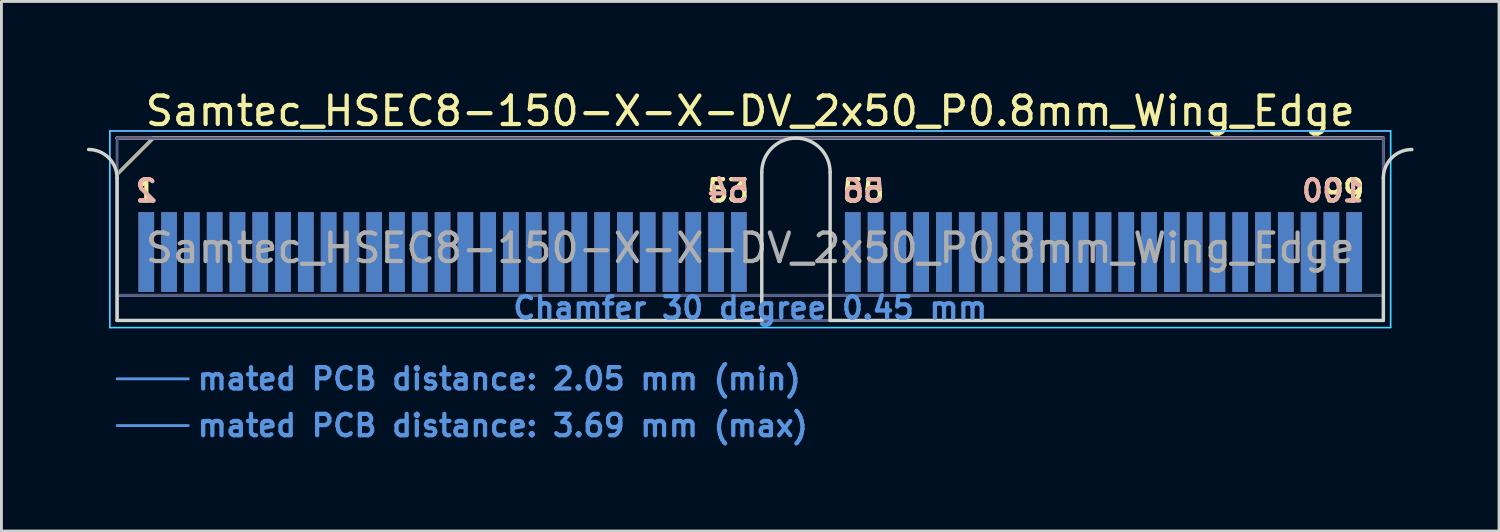
<source format=kicad_pcb>
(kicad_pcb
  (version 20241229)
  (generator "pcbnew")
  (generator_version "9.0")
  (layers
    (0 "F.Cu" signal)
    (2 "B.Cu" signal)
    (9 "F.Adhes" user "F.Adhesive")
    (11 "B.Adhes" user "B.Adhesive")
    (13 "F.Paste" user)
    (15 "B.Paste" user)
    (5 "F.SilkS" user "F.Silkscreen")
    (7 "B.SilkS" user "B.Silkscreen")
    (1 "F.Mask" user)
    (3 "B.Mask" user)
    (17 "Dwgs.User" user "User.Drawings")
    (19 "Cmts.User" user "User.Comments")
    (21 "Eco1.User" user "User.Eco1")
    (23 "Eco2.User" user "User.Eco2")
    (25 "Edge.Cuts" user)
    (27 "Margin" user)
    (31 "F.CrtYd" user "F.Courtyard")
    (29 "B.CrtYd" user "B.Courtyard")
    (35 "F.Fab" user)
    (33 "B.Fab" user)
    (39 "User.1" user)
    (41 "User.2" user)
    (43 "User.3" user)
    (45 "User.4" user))
  (footprint "Samtec_HSEC8-150-X-X-DV_2x50_P0.8mm_Wing_Edge"
    (layer "F.Cu")
    (at 23.285 8.198)
    (property "Reference" "Samtec_HSEC8-150-X-X-DV_2x50_P0.8mm_Wing_Edge" (at 0 -7.35 0) (layer "F.SilkS") (effects (font (size 1 1) (thickness 0.15))))
    (attr exclude_from_pos_files exclude_from_bom)
    (fp_line (start -22.225 -5.13) (end -20.955 -6.4) (stroke (width 0.12) (type solid)) (layer "F.SilkS"))
    (fp_line (start -20.955 -6.4) (end 22.225 -6.4) (stroke (width 0.12) (type solid)) (layer "F.SilkS"))
    (fp_line (start -22.225 -6.4) (end -22.225 -6.4) (stroke (width 0.12) (type solid)) (layer "B.SilkS"))
    (fp_line (start -22.225 -6.4) (end 22.225 -6.4) (stroke (width 0.12) (type solid)) (layer "B.SilkS"))
    (fp_line (start -22.225 2.05) (end -19.725 2.05) (stroke (width 0.1) (type solid)) (layer "Cmts.User"))
    (fp_line (start -22.225 3.69) (end -19.725 3.69) (stroke (width 0.1) (type solid)) (layer "Cmts.User"))
    (fp_line (start -22.225 -5) (end -22.225 0) (stroke (width 0.12) (type solid)) (layer "Edge.Cuts"))
    (fp_line (start -22.225 0) (end 0.405 0) (stroke (width 0.12) (type solid)) (layer "Edge.Cuts"))
    (fp_line (start 0.405 0) (end 0.405 -5.2) (stroke (width 0.12) (type solid)) (layer "Edge.Cuts"))
    (fp_line (start 2.805 -5.2) (end 2.805 0) (stroke (width 0.12) (type solid)) (layer "Edge.Cuts"))
    (fp_line (start 2.805 0) (end 22.225 0) (stroke (width 0.12) (type solid)) (layer "Edge.Cuts"))
    (fp_line (start 22.225 0) (end 22.225 -5) (stroke (width 0.12) (type solid)) (layer "Edge.Cuts"))
    (fp_arc (start -23.225 -6) (mid -22.517893 -5.707107) (end -22.225 -5) (stroke (width 0.12) (type solid)) (layer "Edge.Cuts"))
    (fp_arc (start 0.405 -5.2) (mid 1.605 -6.4) (end 2.805 -5.2) (stroke (width 0.12) (type solid)) (layer "Edge.Cuts"))
    (fp_arc (start 22.225 -5) (mid 22.517893 -5.707107) (end 23.225 -6) (stroke (width 0.12) (type solid)) (layer "Edge.Cuts"))
    (fp_line (start -22.48 -6.65) (end -22.48 0.25) (stroke (width 0.05) (type solid)) (layer "B.CrtYd"))
    (fp_line (start -22.48 0.25) (end 22.48 0.25) (stroke (width 0.05) (type solid)) (layer "B.CrtYd"))
    (fp_line (start 22.48 -6.65) (end -22.48 -6.65) (stroke (width 0.05) (type solid)) (layer "B.CrtYd"))
    (fp_line (start 22.48 0.25) (end 22.48 -6.65) (stroke (width 0.05) (type solid)) (layer "B.CrtYd"))
    (fp_line (start -22.48 -6.65) (end -22.48 0.25) (stroke (width 0.05) (type solid)) (layer "F.CrtYd"))
    (fp_line (start -22.48 0.25) (end 22.48 0.25) (stroke (width 0.05) (type solid)) (layer "F.CrtYd"))
    (fp_line (start 22.48 -6.65) (end -22.48 -6.65) (stroke (width 0.05) (type solid)) (layer "F.CrtYd"))
    (fp_line (start 22.48 0.25) (end 22.48 -6.65) (stroke (width 0.05) (type solid)) (layer "F.CrtYd"))
    (fp_line (start -22.225 -6.4) (end -22.225 -6.4) (stroke (width 0.1) (type solid)) (layer "B.Fab"))
    (fp_line (start -22.225 -6.4) (end -22.225 0) (stroke (width 0.1) (type solid)) (layer "B.Fab"))
    (fp_line (start -22.225 -6.4) (end 22.225 -6.4) (stroke (width 0.1) (type solid)) (layer "B.Fab"))
    (fp_line (start -22.225 -0.88) (end 22.225 -0.88) (stroke (width 0.1) (type solid)) (layer "B.Fab"))
    (fp_line (start -22.225 0) (end 22.225 0) (stroke (width 0.1) (type solid)) (layer "B.Fab"))
    (fp_line (start 22.225 -6.4) (end 22.225 0) (stroke (width 0.1) (type solid)) (layer "B.Fab"))
    (fp_line (start -22.225 -5.13) (end -22.225 0) (stroke (width 0.1) (type solid)) (layer "F.Fab"))
    (fp_line (start -22.225 -5.13) (end -20.955 -6.4) (stroke (width 0.1) (type solid)) (layer "F.Fab"))
    (fp_line (start -22.225 -0.88) (end 22.225 -0.88) (stroke (width 0.1) (type solid)) (layer "F.Fab"))
    (fp_line (start -22.225 0) (end 22.225 0) (stroke (width 0.1) (type solid)) (layer "F.Fab"))
    (fp_line (start -20.955 -6.4) (end 22.225 -6.4) (stroke (width 0.1) (type solid)) (layer "F.Fab"))
    (fp_line (start 22.225 -6.4) (end 22.225 0) (stroke (width 0.1) (type solid)) (layer "F.Fab"))
    (fp_text user "1" (at -21.2 -4.55 0) (layer "F.SilkS") (effects (font (size 0.75 0.75) (thickness 0.15))))
    (fp_text user "99" (at 20.825 -4.55 0) (layer "F.SilkS") (effects (font (size 0.75 0.75) (thickness 0.15))))
    (fp_text user "53" (at -0.775 -4.55 0) (layer "F.SilkS") (effects (font (size 0.75 0.75) (thickness 0.15))))
    (fp_text user "55" (at 3.975 -4.55 0) (layer "F.SilkS") (effects (font (size 0.75 0.75) (thickness 0.15))))
    (fp_text user "56" (at 3.975 -4.55 0) (layer "B.SilkS") (effects (font (size 0.75 0.75) (thickness 0.15)) (justify mirror)))
    (fp_text user "54" (at -0.775 -4.55 0) (layer "B.SilkS") (effects (font (size 0.75 0.75) (thickness 0.15)) (justify mirror)))
    (fp_text user "100" (at 20.45 -4.55 0) (layer "B.SilkS") (effects (font (size 0.75 0.75) (thickness 0.15)) (justify mirror)))
    (fp_text user "2" (at -21.2 -4.55 0) (layer "B.SilkS") (effects (font (size 0.75 0.75) (thickness 0.15)) (justify mirror)))
    (fp_text user "mated PCB distance: 3.69 mm (max)" (at -19.48 3.69 0) (layer "Cmts.User") (effects (font (size 0.75 0.75) (thickness 0.15)) (justify left)))
    (fp_text user "mated PCB distance: 2.05 mm (min)" (at -19.48 2.05 0) (layer "Cmts.User") (effects (font (size 0.75 0.75) (thickness 0.15)) (justify left)))
    (fp_text user "Chamfer 30 degree 0.45 mm" (at 0 -0.44 0) (layer "Cmts.User") (effects (font (size 0.75 0.75) (thickness 0.15))))
    (fp_text user "${REFERENCE}" (at 0 -2.54 0) (layer "F.Fab") (effects (font (size 1 1) (thickness 0.15))))
    (pad "1" connect rect (at -21.2 -2.4) (size 0.55 2.8) (layers "F.Cu" "F.Mask"))
    (pad "2" connect rect (at -21.2 -2.4) (size 0.55 2.8) (layers "B.Cu" "B.Mask"))
    (pad "3" connect rect (at -20.4 -2.4) (size 0.55 2.8) (layers "F.Cu" "F.Mask"))
    (pad "4" connect rect (at -20.4 -2.4) (size 0.55 2.8) (layers "B.Cu" "B.Mask"))
    (pad "5" connect rect (at -19.6 -2.4) (size 0.55 2.8) (layers "F.Cu" "F.Mask"))
    (pad "6" connect rect (at -19.6 -2.4) (size 0.55 2.8) (layers "B.Cu" "B.Mask"))
    (pad "7" connect rect (at -18.8 -2.4) (size 0.55 2.8) (layers "F.Cu" "F.Mask"))
    (pad "8" connect rect (at -18.8 -2.4) (size 0.55 2.8) (layers "B.Cu" "B.Mask"))
    (pad "9" connect rect (at -18 -2.4) (size 0.55 2.8) (layers "F.Cu" "F.Mask"))
    (pad "10" connect rect (at -18 -2.4) (size 0.55 2.8) (layers "B.Cu" "B.Mask"))
    (pad "11" connect rect (at -17.2 -2.4) (size 0.55 2.8) (layers "F.Cu" "F.Mask"))
    (pad "12" connect rect (at -17.2 -2.4) (size 0.55 2.8) (layers "B.Cu" "B.Mask"))
    (pad "13" connect rect (at -16.4 -2.4) (size 0.55 2.8) (layers "F.Cu" "F.Mask"))
    (pad "14" connect rect (at -16.4 -2.4) (size 0.55 2.8) (layers "B.Cu" "B.Mask"))
    (pad "15" connect rect (at -15.6 -2.4) (size 0.55 2.8) (layers "F.Cu" "F.Mask"))
    (pad "16" connect rect (at -15.6 -2.4) (size 0.55 2.8) (layers "B.Cu" "B.Mask"))
    (pad "17" connect rect (at -14.8 -2.4) (size 0.55 2.8) (layers "F.Cu" "F.Mask"))
    (pad "18" connect rect (at -14.8 -2.4) (size 0.55 2.8) (layers "B.Cu" "B.Mask"))
    (pad "19" connect rect (at -14 -2.4) (size 0.55 2.8) (layers "F.Cu" "F.Mask"))
    (pad "20" connect rect (at -14 -2.4) (size 0.55 2.8) (layers "B.Cu" "B.Mask"))
    (pad "21" connect rect (at -13.2 -2.4) (size 0.55 2.8) (layers "F.Cu" "F.Mask"))
    (pad "22" connect rect (at -13.2 -2.4) (size 0.55 2.8) (layers "B.Cu" "B.Mask"))
    (pad "23" connect rect (at -12.4 -2.4) (size 0.55 2.8) (layers "F.Cu" "F.Mask"))
    (pad "24" connect rect (at -12.4 -2.4) (size 0.55 2.8) (layers "B.Cu" "B.Mask"))
    (pad "25" connect rect (at -11.6 -2.4) (size 0.55 2.8) (layers "F.Cu" "F.Mask"))
    (pad "26" connect rect (at -11.6 -2.4) (size 0.55 2.8) (layers "B.Cu" "B.Mask"))
    (pad "27" connect rect (at -10.8 -2.4) (size 0.55 2.8) (layers "F.Cu" "F.Mask"))
    (pad "28" connect rect (at -10.8 -2.4) (size 0.55 2.8) (layers "B.Cu" "B.Mask"))
    (pad "29" connect rect (at -10 -2.4) (size 0.55 2.8) (layers "F.Cu" "F.Mask"))
    (pad "30" connect rect (at -10 -2.4) (size 0.55 2.8) (layers "B.Cu" "B.Mask"))
    (pad "31" connect rect (at -9.2 -2.4) (size 0.55 2.8) (layers "F.Cu" "F.Mask"))
    (pad "32" connect rect (at -9.2 -2.4) (size 0.55 2.8) (layers "B.Cu" "B.Mask"))
    (pad "33" connect rect (at -8.4 -2.4) (size 0.55 2.8) (layers "F.Cu" "F.Mask"))
    (pad "34" connect rect (at -8.4 -2.4) (size 0.55 2.8) (layers "B.Cu" "B.Mask"))
    (pad "35" connect rect (at -7.6 -2.4) (size 0.55 2.8) (layers "F.Cu" "F.Mask"))
    (pad "36" connect rect (at -7.6 -2.4) (size 0.55 2.8) (layers "B.Cu" "B.Mask"))
    (pad "37" connect rect (at -6.8 -2.4) (size 0.55 2.8) (layers "F.Cu" "F.Mask"))
    (pad "38" connect rect (at -6.8 -2.4) (size 0.55 2.8) (layers "B.Cu" "B.Mask"))
    (pad "39" connect rect (at -6 -2.4) (size 0.55 2.8) (layers "F.Cu" "F.Mask"))
    (pad "40" connect rect (at -6 -2.4) (size 0.55 2.8) (layers "B.Cu" "B.Mask"))
    (pad "41" connect rect (at -5.2 -2.4) (size 0.55 2.8) (layers "F.Cu" "F.Mask"))
    (pad "42" connect rect (at -5.2 -2.4) (size 0.55 2.8) (layers "B.Cu" "B.Mask"))
    (pad "43" connect rect (at -4.4 -2.4) (size 0.55 2.8) (layers "F.Cu" "F.Mask"))
    (pad "44" connect rect (at -4.4 -2.4) (size 0.55 2.8) (layers "B.Cu" "B.Mask"))
    (pad "45" connect rect (at -3.6 -2.4) (size 0.55 2.8) (layers "F.Cu" "F.Mask"))
    (pad "46" connect rect (at -3.6 -2.4) (size 0.55 2.8) (layers "B.Cu" "B.Mask"))
    (pad "47" connect rect (at -2.8 -2.4) (size 0.55 2.8) (layers "F.Cu" "F.Mask"))
    (pad "48" connect rect (at -2.8 -2.4) (size 0.55 2.8) (layers "B.Cu" "B.Mask"))
    (pad "49" connect rect (at -2 -2.4) (size 0.55 2.8) (layers "F.Cu" "F.Mask"))
    (pad "50" connect rect (at -2 -2.4) (size 0.55 2.8) (layers "B.Cu" "B.Mask"))
    (pad "51" connect rect (at -1.2 -2.4) (size 0.55 2.8) (layers "F.Cu" "F.Mask"))
    (pad "52" connect rect (at -1.2 -2.4) (size 0.55 2.8) (layers "B.Cu" "B.Mask"))
    (pad "53" connect rect (at -0.4 -2.4) (size 0.55 2.8) (layers "F.Cu" "F.Mask"))
    (pad "54" connect rect (at -0.4 -2.4) (size 0.55 2.8) (layers "B.Cu" "B.Mask"))
    (pad "55" connect rect (at 3.6 -2.4) (size 0.55 2.8) (layers "F.Cu" "F.Mask"))
    (pad "56" connect rect (at 3.6 -2.4) (size 0.55 2.8) (layers "B.Cu" "B.Mask"))
    (pad "57" connect rect (at 4.4 -2.4) (size 0.55 2.8) (layers "F.Cu" "F.Mask"))
    (pad "58" connect rect (at 4.4 -2.4) (size 0.55 2.8) (layers "B.Cu" "B.Mask"))
    (pad "59" connect rect (at 5.2 -2.4) (size 0.55 2.8) (layers "F.Cu" "F.Mask"))
    (pad "60" connect rect (at 5.2 -2.4) (size 0.55 2.8) (layers "B.Cu" "B.Mask"))
    (pad "61" connect rect (at 6 -2.4) (size 0.55 2.8) (layers "F.Cu" "F.Mask"))
    (pad "62" connect rect (at 6 -2.4) (size 0.55 2.8) (layers "B.Cu" "B.Mask"))
    (pad "63" connect rect (at 6.8 -2.4) (size 0.55 2.8) (layers "F.Cu" "F.Mask"))
    (pad "64" connect rect (at 6.8 -2.4) (size 0.55 2.8) (layers "B.Cu" "B.Mask"))
    (pad "65" connect rect (at 7.6 -2.4) (size 0.55 2.8) (layers "F.Cu" "F.Mask"))
    (pad "66" connect rect (at 7.6 -2.4) (size 0.55 2.8) (layers "B.Cu" "B.Mask"))
    (pad "67" connect rect (at 8.4 -2.4) (size 0.55 2.8) (layers "F.Cu" "F.Mask"))
    (pad "68" connect rect (at 8.4 -2.4) (size 0.55 2.8) (layers "B.Cu" "B.Mask"))
    (pad "69" connect rect (at 9.2 -2.4) (size 0.55 2.8) (layers "F.Cu" "F.Mask"))
    (pad "70" connect rect (at 9.2 -2.4) (size 0.55 2.8) (layers "B.Cu" "B.Mask"))
    (pad "71" connect rect (at 10 -2.4) (size 0.55 2.8) (layers "F.Cu" "F.Mask"))
    (pad "72" connect rect (at 10 -2.4) (size 0.55 2.8) (layers "B.Cu" "B.Mask"))
    (pad "73" connect rect (at 10.8 -2.4) (size 0.55 2.8) (layers "F.Cu" "F.Mask"))
    (pad "74" connect rect (at 10.8 -2.4) (size 0.55 2.8) (layers "B.Cu" "B.Mask"))
    (pad "75" connect rect (at 11.6 -2.4) (size 0.55 2.8) (layers "F.Cu" "F.Mask"))
    (pad "76" connect rect (at 11.6 -2.4) (size 0.55 2.8) (layers "B.Cu" "B.Mask"))
    (pad "77" connect rect (at 12.4 -2.4) (size 0.55 2.8) (layers "F.Cu" "F.Mask"))
    (pad "78" connect rect (at 12.4 -2.4) (size 0.55 2.8) (layers "B.Cu" "B.Mask"))
    (pad "79" connect rect (at 13.2 -2.4) (size 0.55 2.8) (layers "F.Cu" "F.Mask"))
    (pad "80" connect rect (at 13.2 -2.4) (size 0.55 2.8) (layers "B.Cu" "B.Mask"))
    (pad "81" connect rect (at 14 -2.4) (size 0.55 2.8) (layers "F.Cu" "F.Mask"))
    (pad "82" connect rect (at 14 -2.4) (size 0.55 2.8) (layers "B.Cu" "B.Mask"))
    (pad "83" connect rect (at 14.8 -2.4) (size 0.55 2.8) (layers "F.Cu" "F.Mask"))
    (pad "84" connect rect (at 14.8 -2.4) (size 0.55 2.8) (layers "B.Cu" "B.Mask"))
    (pad "85" connect rect (at 15.6 -2.4) (size 0.55 2.8) (layers "F.Cu" "F.Mask"))
    (pad "86" connect rect (at 15.6 -2.4) (size 0.55 2.8) (layers "B.Cu" "B.Mask"))
    (pad "87" connect rect (at 16.4 -2.4) (size 0.55 2.8) (layers "F.Cu" "F.Mask"))
    (pad "88" connect rect (at 16.4 -2.4) (size 0.55 2.8) (layers "B.Cu" "B.Mask"))
    (pad "89" connect rect (at 17.2 -2.4) (size 0.55 2.8) (layers "F.Cu" "F.Mask"))
    (pad "90" connect rect (at 17.2 -2.4) (size 0.55 2.8) (layers "B.Cu" "B.Mask"))
    (pad "91" connect rect (at 18 -2.4) (size 0.55 2.8) (layers "F.Cu" "F.Mask"))
    (pad "92" connect rect (at 18 -2.4) (size 0.55 2.8) (layers "B.Cu" "B.Mask"))
    (pad "93" connect rect (at 18.8 -2.4) (size 0.55 2.8) (layers "F.Cu" "F.Mask"))
    (pad "94" connect rect (at 18.8 -2.4) (size 0.55 2.8) (layers "B.Cu" "B.Mask"))
    (pad "95" connect rect (at 19.6 -2.4) (size 0.55 2.8) (layers "F.Cu" "F.Mask"))
    (pad "96" connect rect (at 19.6 -2.4) (size 0.55 2.8) (layers "B.Cu" "B.Mask"))
    (pad "97" connect rect (at 20.4 -2.4) (size 0.55 2.8) (layers "F.Cu" "F.Mask"))
    (pad "98" connect rect (at 20.4 -2.4) (size 0.55 2.8) (layers "B.Cu" "B.Mask"))
    (pad "99" connect rect (at 21.2 -2.4) (size 0.55 2.8) (layers "F.Cu" "F.Mask"))
    (pad "100" connect rect (at 21.2 -2.4) (size 0.55 2.8) (layers "B.Cu" "B.Mask")))
  (gr_rect
    (start -3 -3)
    (end 49.57 15.59)
    (stroke (width 0.1) (type default))
    (fill no)
    (layer "Edge.Cuts")))
</source>
